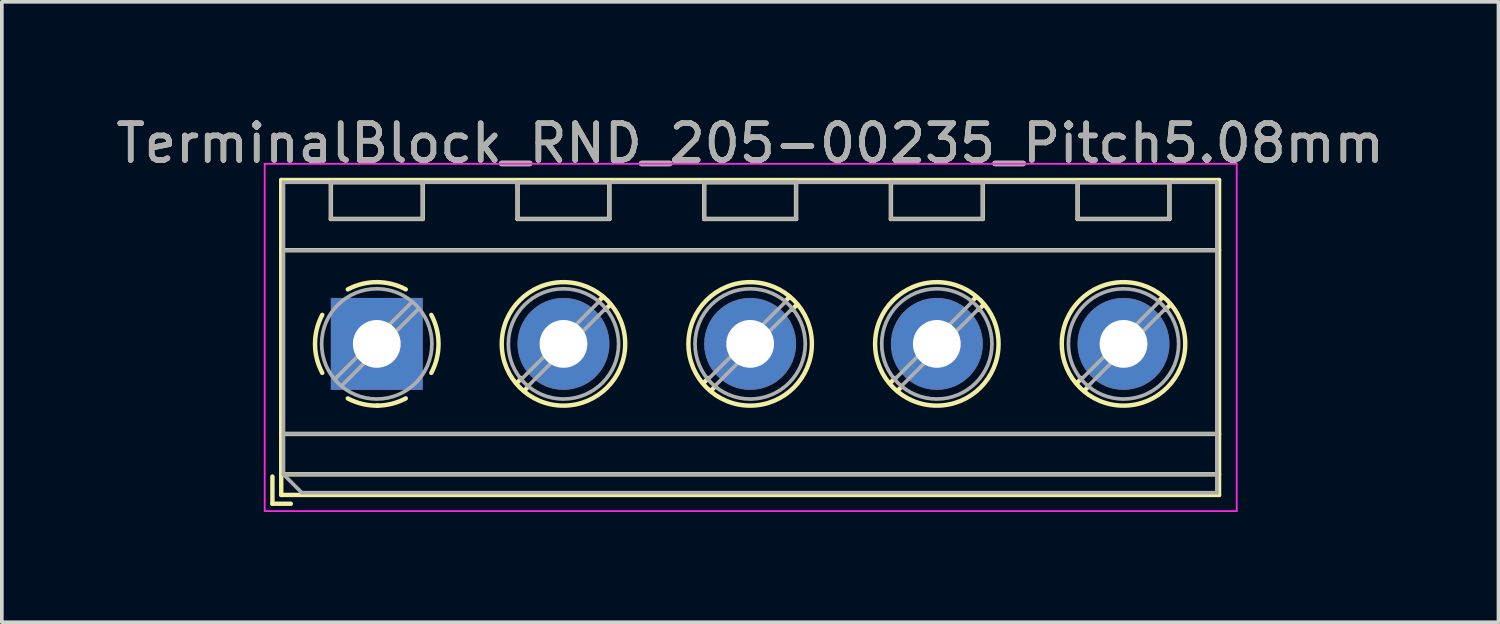
<source format=kicad_pcb>
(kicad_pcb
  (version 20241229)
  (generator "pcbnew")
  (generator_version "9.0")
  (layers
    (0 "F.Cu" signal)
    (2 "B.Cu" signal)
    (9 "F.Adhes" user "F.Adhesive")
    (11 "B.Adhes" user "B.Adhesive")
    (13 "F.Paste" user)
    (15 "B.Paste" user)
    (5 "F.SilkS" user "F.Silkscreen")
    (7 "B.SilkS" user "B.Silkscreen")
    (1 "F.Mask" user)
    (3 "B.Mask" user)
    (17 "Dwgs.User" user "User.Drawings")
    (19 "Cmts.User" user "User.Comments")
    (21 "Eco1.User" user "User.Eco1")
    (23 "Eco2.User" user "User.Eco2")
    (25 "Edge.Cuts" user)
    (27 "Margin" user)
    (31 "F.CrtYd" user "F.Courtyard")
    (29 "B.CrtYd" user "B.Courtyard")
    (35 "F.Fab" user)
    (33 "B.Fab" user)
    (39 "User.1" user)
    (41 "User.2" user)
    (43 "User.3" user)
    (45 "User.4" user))
  (footprint "TerminalBlock_RND_205-00235_Pitch5.08mm"
    (layer "F.Cu")
    (at 7.203 6.308)
    (property "Reference" "TerminalBlock_RND_205-00235_Pitch5.08mm" (at 10.16 -5.46 0) (layer "F.SilkS") (effects (font (size 1 1) (thickness 0.15))))
    (attr through_hole)
    (fp_line (start -2.84 3.61) (end -2.84 4.35) (stroke (width 0.12) (type solid)) (layer "F.SilkS"))
    (fp_line (start -2.84 4.35) (end -2.34 4.35) (stroke (width 0.12) (type solid)) (layer "F.SilkS"))
    (fp_line (start -2.6 -4.46) (end -2.6 4.11) (stroke (width 0.12) (type solid)) (layer "F.SilkS"))
    (fp_line (start -2.6 -2.55) (end 22.92 -2.55) (stroke (width 0.12) (type solid)) (layer "F.SilkS"))
    (fp_line (start -2.6 2.45) (end 22.92 2.45) (stroke (width 0.12) (type solid)) (layer "F.SilkS"))
    (fp_line (start -2.6 3.55) (end 22.92 3.55) (stroke (width 0.12) (type solid)) (layer "F.SilkS"))
    (fp_line (start -2.6 4.11) (end 22.92 4.11) (stroke (width 0.12) (type solid)) (layer "F.SilkS"))
    (fp_line (start -1.25 -4.4) (end -1.25 -3.4) (stroke (width 0.12) (type solid)) (layer "F.SilkS"))
    (fp_line (start -1.25 -4.4) (end 1.25 -4.4) (stroke (width 0.12) (type solid)) (layer "F.SilkS"))
    (fp_line (start -1.25 -3.4) (end 1.25 -3.4) (stroke (width 0.12) (type solid)) (layer "F.SilkS"))
    (fp_line (start 1.25 -4.4) (end 1.25 -3.4) (stroke (width 0.12) (type solid)) (layer "F.SilkS"))
    (fp_line (start 3.83 -4.4) (end 3.83 -3.4) (stroke (width 0.12) (type solid)) (layer "F.SilkS"))
    (fp_line (start 3.83 -4.4) (end 6.33 -4.4) (stroke (width 0.12) (type solid)) (layer "F.SilkS"))
    (fp_line (start 3.83 -3.4) (end 6.33 -3.4) (stroke (width 0.12) (type solid)) (layer "F.SilkS"))
    (fp_line (start 3.947 0.929) (end 3.806 1.069) (stroke (width 0.12) (type solid)) (layer "F.SilkS"))
    (fp_line (start 4.117 1.169) (end 4.011 1.274) (stroke (width 0.12) (type solid)) (layer "F.SilkS"))
    (fp_line (start 6.15 -1.275) (end 6.044 -1.169) (stroke (width 0.12) (type solid)) (layer "F.SilkS"))
    (fp_line (start 6.33 -4.4) (end 6.33 -3.4) (stroke (width 0.12) (type solid)) (layer "F.SilkS"))
    (fp_line (start 6.355 -1.069) (end 6.214 -0.929) (stroke (width 0.12) (type solid)) (layer "F.SilkS"))
    (fp_line (start 8.91 -4.4) (end 8.91 -3.4) (stroke (width 0.12) (type solid)) (layer "F.SilkS"))
    (fp_line (start 8.91 -4.4) (end 11.41 -4.4) (stroke (width 0.12) (type solid)) (layer "F.SilkS"))
    (fp_line (start 8.91 -3.4) (end 11.41 -3.4) (stroke (width 0.12) (type solid)) (layer "F.SilkS"))
    (fp_line (start 9.027 0.929) (end 8.886 1.069) (stroke (width 0.12) (type solid)) (layer "F.SilkS"))
    (fp_line (start 9.197 1.169) (end 9.091 1.274) (stroke (width 0.12) (type solid)) (layer "F.SilkS"))
    (fp_line (start 11.23 -1.275) (end 11.124 -1.169) (stroke (width 0.12) (type solid)) (layer "F.SilkS"))
    (fp_line (start 11.41 -4.4) (end 11.41 -3.4) (stroke (width 0.12) (type solid)) (layer "F.SilkS"))
    (fp_line (start 11.435 -1.069) (end 11.294 -0.929) (stroke (width 0.12) (type solid)) (layer "F.SilkS"))
    (fp_line (start 13.99 -4.4) (end 13.99 -3.4) (stroke (width 0.12) (type solid)) (layer "F.SilkS"))
    (fp_line (start 13.99 -4.4) (end 16.49 -4.4) (stroke (width 0.12) (type solid)) (layer "F.SilkS"))
    (fp_line (start 13.99 -3.4) (end 16.49 -3.4) (stroke (width 0.12) (type solid)) (layer "F.SilkS"))
    (fp_line (start 14.107 0.929) (end 13.966 1.069) (stroke (width 0.12) (type solid)) (layer "F.SilkS"))
    (fp_line (start 14.277 1.169) (end 14.171 1.274) (stroke (width 0.12) (type solid)) (layer "F.SilkS"))
    (fp_line (start 16.31 -1.275) (end 16.204 -1.169) (stroke (width 0.12) (type solid)) (layer "F.SilkS"))
    (fp_line (start 16.49 -4.4) (end 16.49 -3.4) (stroke (width 0.12) (type solid)) (layer "F.SilkS"))
    (fp_line (start 16.515 -1.069) (end 16.374 -0.929) (stroke (width 0.12) (type solid)) (layer "F.SilkS"))
    (fp_line (start 19.07 -4.4) (end 19.07 -3.4) (stroke (width 0.12) (type solid)) (layer "F.SilkS"))
    (fp_line (start 19.07 -4.4) (end 21.57 -4.4) (stroke (width 0.12) (type solid)) (layer "F.SilkS"))
    (fp_line (start 19.07 -3.4) (end 21.57 -3.4) (stroke (width 0.12) (type solid)) (layer "F.SilkS"))
    (fp_line (start 19.187 0.929) (end 19.046 1.069) (stroke (width 0.12) (type solid)) (layer "F.SilkS"))
    (fp_line (start 19.357 1.169) (end 19.251 1.274) (stroke (width 0.12) (type solid)) (layer "F.SilkS"))
    (fp_line (start 21.39 -1.275) (end 21.284 -1.169) (stroke (width 0.12) (type solid)) (layer "F.SilkS"))
    (fp_line (start 21.57 -4.4) (end 21.57 -3.4) (stroke (width 0.12) (type solid)) (layer "F.SilkS"))
    (fp_line (start 21.595 -1.069) (end 21.454 -0.929) (stroke (width 0.12) (type solid)) (layer "F.SilkS"))
    (fp_line (start 22.92 -4.46) (end -2.6 -4.46) (stroke (width 0.12) (type solid)) (layer "F.SilkS"))
    (fp_line (start 22.92 4.11) (end 22.92 -4.46) (stroke (width 0.12) (type solid)) (layer "F.SilkS"))
    (fp_arc (start -1.483953 0.789089) (mid -1.680708 0.00005) (end -1.484 -0.789) (stroke (width 0.12) (type solid)) (layer "F.SilkS"))
    (fp_arc (start -0.789089 -1.483953) (mid -0.00005 -1.680708) (end 0.789 -1.484) (stroke (width 0.12) (type solid)) (layer "F.SilkS"))
    (fp_arc (start 0.029383 1.68045) (mid -0.392304 1.634281) (end -0.789 1.484) (stroke (width 0.12) (type solid)) (layer "F.SilkS"))
    (fp_arc (start 0.788712 1.483352) (mid 0.406429 1.630097) (end 0 1.68) (stroke (width 0.12) (type solid)) (layer "F.SilkS"))
    (fp_arc (start 1.483953 -0.789089) (mid 1.680708 -0.00005) (end 1.484 0.789) (stroke (width 0.12) (type solid)) (layer "F.SilkS"))
    (fp_circle (center 5.08 0) (end 6.76 0) (stroke (width 0.12) (type solid)) (fill no) (layer "F.SilkS"))
    (fp_circle (center 10.16 0) (end 11.84 0) (stroke (width 0.12) (type solid)) (fill no) (layer "F.SilkS"))
    (fp_circle (center 15.24 0) (end 16.92 0) (stroke (width 0.12) (type solid)) (fill no) (layer "F.SilkS"))
    (fp_circle (center 20.32 0) (end 22 0) (stroke (width 0.12) (type solid)) (fill no) (layer "F.SilkS"))
    (fp_line (start -3.05 -4.9) (end -3.05 4.55) (stroke (width 0.05) (type solid)) (layer "F.CrtYd"))
    (fp_line (start -3.05 4.55) (end 23.4 4.55) (stroke (width 0.05) (type solid)) (layer "F.CrtYd"))
    (fp_line (start 23.4 -4.9) (end -3.05 -4.9) (stroke (width 0.05) (type solid)) (layer "F.CrtYd"))
    (fp_line (start 23.4 4.55) (end 23.4 -4.9) (stroke (width 0.05) (type solid)) (layer "F.CrtYd"))
    (fp_line (start -2.54 -4.4) (end 22.86 -4.4) (stroke (width 0.1) (type solid)) (layer "F.Fab"))
    (fp_line (start -2.54 -2.55) (end 22.86 -2.55) (stroke (width 0.1) (type solid)) (layer "F.Fab"))
    (fp_line (start -2.54 2.45) (end 22.86 2.45) (stroke (width 0.1) (type solid)) (layer "F.Fab"))
    (fp_line (start -2.54 3.55) (end -2.54 -4.4) (stroke (width 0.1) (type solid)) (layer "F.Fab"))
    (fp_line (start -2.54 3.55) (end 22.86 3.55) (stroke (width 0.1) (type solid)) (layer "F.Fab"))
    (fp_line (start -2.04 4.05) (end -2.54 3.55) (stroke (width 0.1) (type solid)) (layer "F.Fab"))
    (fp_line (start -1.25 -4.4) (end -1.25 -3.4) (stroke (width 0.1) (type solid)) (layer "F.Fab"))
    (fp_line (start -1.25 -3.4) (end 1.25 -3.4) (stroke (width 0.1) (type solid)) (layer "F.Fab"))
    (fp_line (start 0.955 -1.138) (end -1.138 0.955) (stroke (width 0.1) (type solid)) (layer "F.Fab"))
    (fp_line (start 1.138 -0.955) (end -0.955 1.138) (stroke (width 0.1) (type solid)) (layer "F.Fab"))
    (fp_line (start 1.25 -4.4) (end -1.25 -4.4) (stroke (width 0.1) (type solid)) (layer "F.Fab"))
    (fp_line (start 1.25 -3.4) (end 1.25 -4.4) (stroke (width 0.1) (type solid)) (layer "F.Fab"))
    (fp_line (start 3.83 -4.4) (end 3.83 -3.4) (stroke (width 0.1) (type solid)) (layer "F.Fab"))
    (fp_line (start 3.83 -3.4) (end 6.33 -3.4) (stroke (width 0.1) (type solid)) (layer "F.Fab"))
    (fp_line (start 6.035 -1.138) (end 3.943 0.955) (stroke (width 0.1) (type solid)) (layer "F.Fab"))
    (fp_line (start 6.218 -0.955) (end 4.126 1.138) (stroke (width 0.1) (type solid)) (layer "F.Fab"))
    (fp_line (start 6.33 -4.4) (end 3.83 -4.4) (stroke (width 0.1) (type solid)) (layer "F.Fab"))
    (fp_line (start 6.33 -3.4) (end 6.33 -4.4) (stroke (width 0.1) (type solid)) (layer "F.Fab"))
    (fp_line (start 8.91 -4.4) (end 8.91 -3.4) (stroke (width 0.1) (type solid)) (layer "F.Fab"))
    (fp_line (start 8.91 -3.4) (end 11.41 -3.4) (stroke (width 0.1) (type solid)) (layer "F.Fab"))
    (fp_line (start 11.115 -1.138) (end 9.023 0.955) (stroke (width 0.1) (type solid)) (layer "F.Fab"))
    (fp_line (start 11.298 -0.955) (end 9.206 1.138) (stroke (width 0.1) (type solid)) (layer "F.Fab"))
    (fp_line (start 11.41 -4.4) (end 8.91 -4.4) (stroke (width 0.1) (type solid)) (layer "F.Fab"))
    (fp_line (start 11.41 -3.4) (end 11.41 -4.4) (stroke (width 0.1) (type solid)) (layer "F.Fab"))
    (fp_line (start 13.99 -4.4) (end 13.99 -3.4) (stroke (width 0.1) (type solid)) (layer "F.Fab"))
    (fp_line (start 13.99 -3.4) (end 16.49 -3.4) (stroke (width 0.1) (type solid)) (layer "F.Fab"))
    (fp_line (start 16.195 -1.138) (end 14.103 0.955) (stroke (width 0.1) (type solid)) (layer "F.Fab"))
    (fp_line (start 16.378 -0.955) (end 14.286 1.138) (stroke (width 0.1) (type solid)) (layer "F.Fab"))
    (fp_line (start 16.49 -4.4) (end 13.99 -4.4) (stroke (width 0.1) (type solid)) (layer "F.Fab"))
    (fp_line (start 16.49 -3.4) (end 16.49 -4.4) (stroke (width 0.1) (type solid)) (layer "F.Fab"))
    (fp_line (start 19.07 -4.4) (end 19.07 -3.4) (stroke (width 0.1) (type solid)) (layer "F.Fab"))
    (fp_line (start 19.07 -3.4) (end 21.57 -3.4) (stroke (width 0.1) (type solid)) (layer "F.Fab"))
    (fp_line (start 21.275 -1.138) (end 19.183 0.955) (stroke (width 0.1) (type solid)) (layer "F.Fab"))
    (fp_line (start 21.458 -0.955) (end 19.366 1.138) (stroke (width 0.1) (type solid)) (layer "F.Fab"))
    (fp_line (start 21.57 -4.4) (end 19.07 -4.4) (stroke (width 0.1) (type solid)) (layer "F.Fab"))
    (fp_line (start 21.57 -3.4) (end 21.57 -4.4) (stroke (width 0.1) (type solid)) (layer "F.Fab"))
    (fp_line (start 22.86 -4.4) (end 22.86 4.05) (stroke (width 0.1) (type solid)) (layer "F.Fab"))
    (fp_line (start 22.86 4.05) (end -2.04 4.05) (stroke (width 0.1) (type solid)) (layer "F.Fab"))
    (fp_circle (center 0 0) (end 1.5 0) (stroke (width 0.1) (type solid)) (fill no) (layer "F.Fab"))
    (fp_circle (center 5.08 0) (end 6.58 0) (stroke (width 0.1) (type solid)) (fill no) (layer "F.Fab"))
    (fp_circle (center 10.16 0) (end 11.66 0) (stroke (width 0.1) (type solid)) (fill no) (layer "F.Fab"))
    (fp_circle (center 15.24 0) (end 16.74 0) (stroke (width 0.1) (type solid)) (fill no) (layer "F.Fab"))
    (fp_circle (center 20.32 0) (end 21.82 0) (stroke (width 0.1) (type solid)) (fill no) (layer "F.Fab"))
    (fp_text user "${REFERENCE}" (at 10.16 -5.46 0) (layer "F.Fab") (effects (font (size 1 1) (thickness 0.15))))
    (pad "1" thru_hole rect (at 0 0) (size 2.5 2.5) (drill 1.3) (layers "*.Cu" "*.Mask"))
    (pad "2" thru_hole oval (at 5.08 0) (size 2.5 2.5) (drill 1.3) (layers "*.Cu" "*.Mask"))
    (pad "3" thru_hole oval (at 10.16 0) (size 2.5 2.5) (drill 1.3) (layers "*.Cu" "*.Mask"))
    (pad "4" thru_hole oval (at 15.24 0) (size 2.5 2.5) (drill 1.3) (layers "*.Cu" "*.Mask"))
    (pad "5" thru_hole oval (at 20.32 0) (size 2.5 2.5) (drill 1.3) (layers "*.Cu" "*.Mask")))
  (gr_rect
    (start -3 -3)
    (end 37.726 13.883)
    (stroke (width 0.1) (type default))
    (fill no)
    (layer "Edge.Cuts")))
</source>
